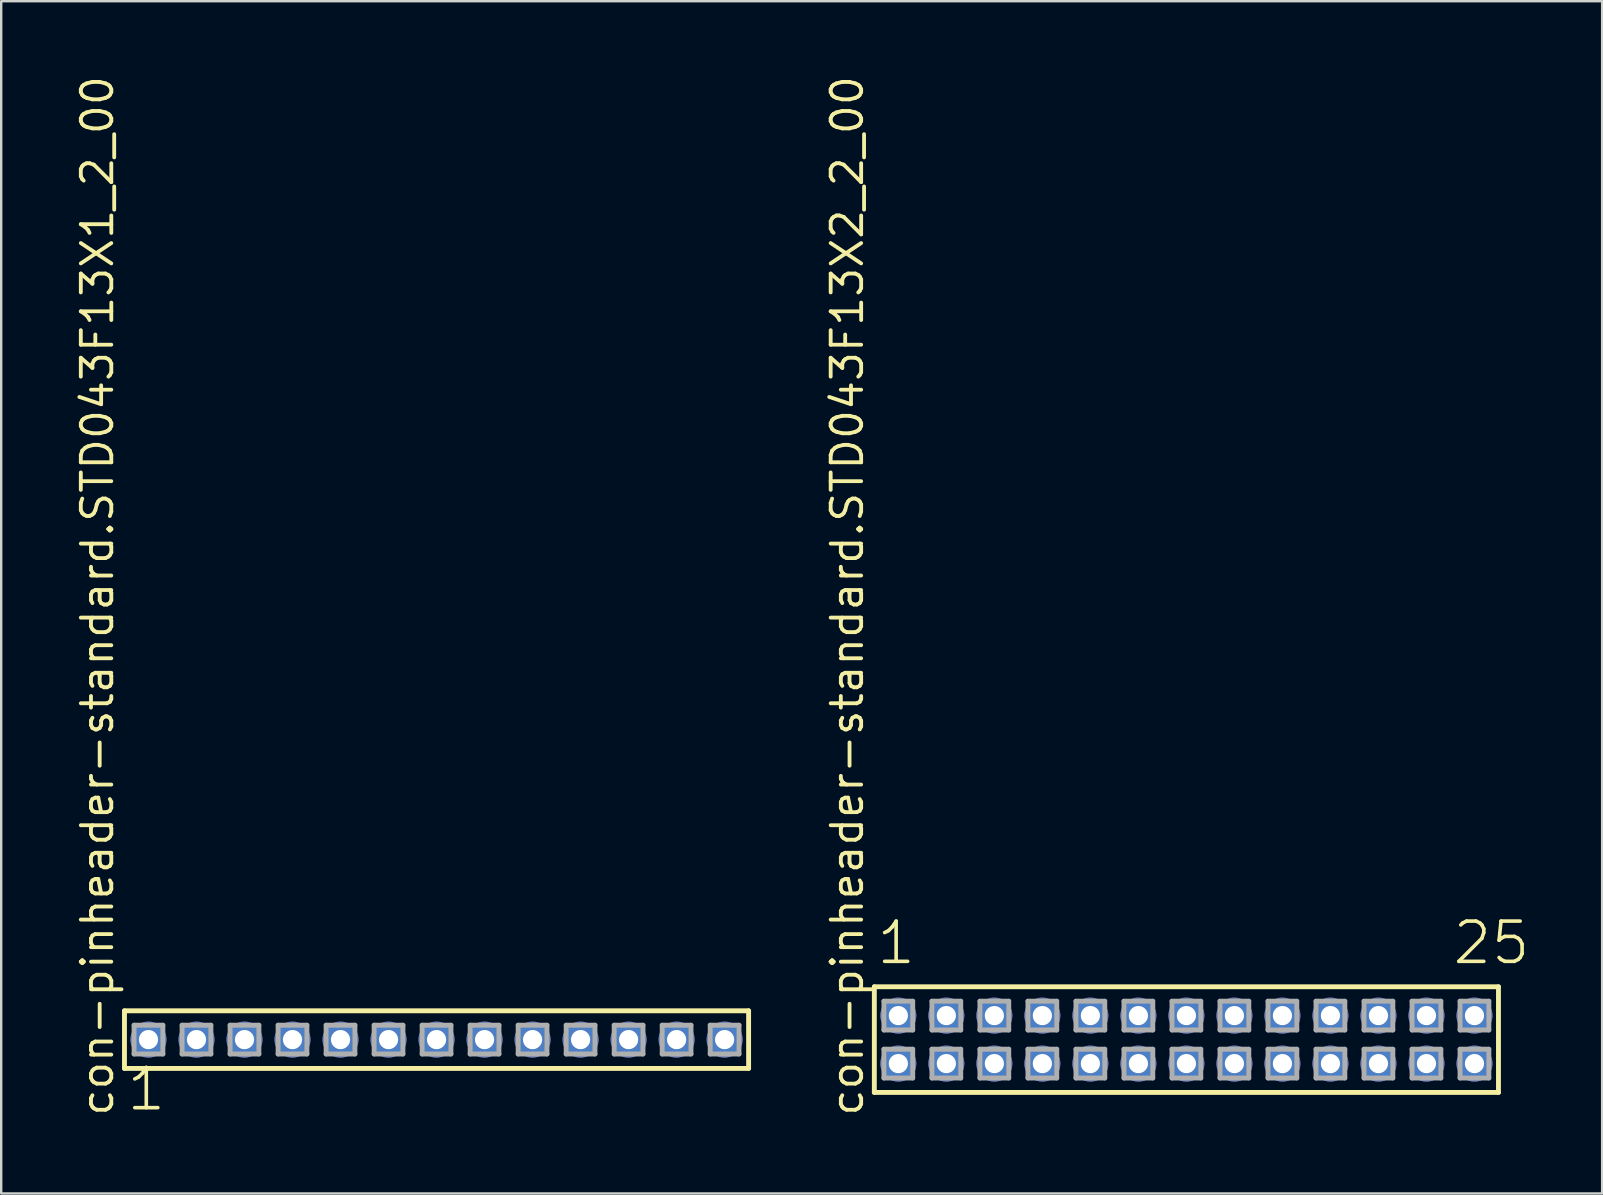
<source format=kicad_pcb>
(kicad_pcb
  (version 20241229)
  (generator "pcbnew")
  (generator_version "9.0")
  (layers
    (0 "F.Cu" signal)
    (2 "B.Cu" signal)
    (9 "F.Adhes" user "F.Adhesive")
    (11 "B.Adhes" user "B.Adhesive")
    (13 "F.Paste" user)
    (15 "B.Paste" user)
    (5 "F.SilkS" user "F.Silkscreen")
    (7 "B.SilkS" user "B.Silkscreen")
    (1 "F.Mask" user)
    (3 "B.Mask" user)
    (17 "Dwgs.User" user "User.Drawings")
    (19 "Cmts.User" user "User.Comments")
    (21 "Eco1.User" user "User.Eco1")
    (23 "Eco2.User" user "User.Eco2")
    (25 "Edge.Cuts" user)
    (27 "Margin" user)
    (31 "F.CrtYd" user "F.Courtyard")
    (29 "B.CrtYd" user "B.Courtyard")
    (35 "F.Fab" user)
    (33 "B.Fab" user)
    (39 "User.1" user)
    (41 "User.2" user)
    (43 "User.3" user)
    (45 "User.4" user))
  (footprint "con-pinheader-standard.STD043F13X1_2_00"
    (layer "F.Cu")
    (at 15.135 40.257)
    (property "Reference" "con-pinheader-standard.STD043F13X1_2_00" (at -13.385 3.27 90) (layer "F.SilkS") (effects (font (size 1.27 1.27) (thickness 0.16)) (justify left bottom)))
    (attr through_hole)
    (fp_line (start -13 -1.2) (end 13 -1.2) (stroke (width 0.203) (type default)) (layer "F.SilkS"))
    (fp_line (start -13 1.2) (end -13 -1.2) (stroke (width 0.203) (type default)) (layer "F.SilkS"))
    (fp_line (start 13 -1.2) (end 13 1.2) (stroke (width 0.203) (type default)) (layer "F.SilkS"))
    (fp_line (start 13 1.2) (end -13 1.2) (stroke (width 0.203) (type default)) (layer "F.SilkS"))
    (fp_line (start -12.6 -0.6) (end -11.4 -0.6) (stroke (width 0.203) (type default)) (layer "F.Fab"))
    (fp_line (start -12.6 0.6) (end -12.6 -0.6) (stroke (width 0.203) (type default)) (layer "F.Fab"))
    (fp_line (start -11.4 -0.6) (end -11.4 0.6) (stroke (width 0.203) (type default)) (layer "F.Fab"))
    (fp_line (start -11.4 0.6) (end -12.6 0.6) (stroke (width 0.203) (type default)) (layer "F.Fab"))
    (fp_line (start -10.6 -0.6) (end -9.4 -0.6) (stroke (width 0.203) (type default)) (layer "F.Fab"))
    (fp_line (start -10.6 0.6) (end -10.6 -0.6) (stroke (width 0.203) (type default)) (layer "F.Fab"))
    (fp_line (start -9.4 -0.6) (end -9.4 0.6) (stroke (width 0.203) (type default)) (layer "F.Fab"))
    (fp_line (start -9.4 0.6) (end -10.6 0.6) (stroke (width 0.203) (type default)) (layer "F.Fab"))
    (fp_line (start -8.6 -0.6) (end -7.4 -0.6) (stroke (width 0.203) (type default)) (layer "F.Fab"))
    (fp_line (start -8.6 0.6) (end -8.6 -0.6) (stroke (width 0.203) (type default)) (layer "F.Fab"))
    (fp_line (start -7.4 -0.6) (end -7.4 0.6) (stroke (width 0.203) (type default)) (layer "F.Fab"))
    (fp_line (start -7.4 0.6) (end -8.6 0.6) (stroke (width 0.203) (type default)) (layer "F.Fab"))
    (fp_line (start -6.6 -0.6) (end -5.4 -0.6) (stroke (width 0.203) (type default)) (layer "F.Fab"))
    (fp_line (start -6.6 0.6) (end -6.6 -0.6) (stroke (width 0.203) (type default)) (layer "F.Fab"))
    (fp_line (start -5.4 -0.6) (end -5.4 0.6) (stroke (width 0.203) (type default)) (layer "F.Fab"))
    (fp_line (start -5.4 0.6) (end -6.6 0.6) (stroke (width 0.203) (type default)) (layer "F.Fab"))
    (fp_line (start -4.6 -0.6) (end -3.4 -0.6) (stroke (width 0.203) (type default)) (layer "F.Fab"))
    (fp_line (start -4.6 0.6) (end -4.6 -0.6) (stroke (width 0.203) (type default)) (layer "F.Fab"))
    (fp_line (start -3.4 -0.6) (end -3.4 0.6) (stroke (width 0.203) (type default)) (layer "F.Fab"))
    (fp_line (start -3.4 0.6) (end -4.6 0.6) (stroke (width 0.203) (type default)) (layer "F.Fab"))
    (fp_line (start -2.6 -0.6) (end -1.4 -0.6) (stroke (width 0.203) (type default)) (layer "F.Fab"))
    (fp_line (start -2.6 0.6) (end -2.6 -0.6) (stroke (width 0.203) (type default)) (layer "F.Fab"))
    (fp_line (start -1.4 -0.6) (end -1.4 0.6) (stroke (width 0.203) (type default)) (layer "F.Fab"))
    (fp_line (start -1.4 0.6) (end -2.6 0.6) (stroke (width 0.203) (type default)) (layer "F.Fab"))
    (fp_line (start -0.6 -0.6) (end 0.6 -0.6) (stroke (width 0.203) (type default)) (layer "F.Fab"))
    (fp_line (start -0.6 0.6) (end -0.6 -0.6) (stroke (width 0.203) (type default)) (layer "F.Fab"))
    (fp_line (start 0.6 -0.6) (end 0.6 0.6) (stroke (width 0.203) (type default)) (layer "F.Fab"))
    (fp_line (start 0.6 0.6) (end -0.6 0.6) (stroke (width 0.203) (type default)) (layer "F.Fab"))
    (fp_line (start 1.4 -0.6) (end 2.6 -0.6) (stroke (width 0.203) (type default)) (layer "F.Fab"))
    (fp_line (start 1.4 0.6) (end 1.4 -0.6) (stroke (width 0.203) (type default)) (layer "F.Fab"))
    (fp_line (start 2.6 -0.6) (end 2.6 0.6) (stroke (width 0.203) (type default)) (layer "F.Fab"))
    (fp_line (start 2.6 0.6) (end 1.4 0.6) (stroke (width 0.203) (type default)) (layer "F.Fab"))
    (fp_line (start 3.4 -0.6) (end 4.6 -0.6) (stroke (width 0.203) (type default)) (layer "F.Fab"))
    (fp_line (start 3.4 0.6) (end 3.4 -0.6) (stroke (width 0.203) (type default)) (layer "F.Fab"))
    (fp_line (start 4.6 -0.6) (end 4.6 0.6) (stroke (width 0.203) (type default)) (layer "F.Fab"))
    (fp_line (start 4.6 0.6) (end 3.4 0.6) (stroke (width 0.203) (type default)) (layer "F.Fab"))
    (fp_line (start 5.4 -0.6) (end 6.6 -0.6) (stroke (width 0.203) (type default)) (layer "F.Fab"))
    (fp_line (start 5.4 0.6) (end 5.4 -0.6) (stroke (width 0.203) (type default)) (layer "F.Fab"))
    (fp_line (start 6.6 -0.6) (end 6.6 0.6) (stroke (width 0.203) (type default)) (layer "F.Fab"))
    (fp_line (start 6.6 0.6) (end 5.4 0.6) (stroke (width 0.203) (type default)) (layer "F.Fab"))
    (fp_line (start 7.4 -0.6) (end 8.6 -0.6) (stroke (width 0.203) (type default)) (layer "F.Fab"))
    (fp_line (start 7.4 0.6) (end 7.4 -0.6) (stroke (width 0.203) (type default)) (layer "F.Fab"))
    (fp_line (start 8.6 -0.6) (end 8.6 0.6) (stroke (width 0.203) (type default)) (layer "F.Fab"))
    (fp_line (start 8.6 0.6) (end 7.4 0.6) (stroke (width 0.203) (type default)) (layer "F.Fab"))
    (fp_line (start 9.4 -0.6) (end 10.6 -0.6) (stroke (width 0.203) (type default)) (layer "F.Fab"))
    (fp_line (start 9.4 0.6) (end 9.4 -0.6) (stroke (width 0.203) (type default)) (layer "F.Fab"))
    (fp_line (start 10.6 -0.6) (end 10.6 0.6) (stroke (width 0.203) (type default)) (layer "F.Fab"))
    (fp_line (start 10.6 0.6) (end 9.4 0.6) (stroke (width 0.203) (type default)) (layer "F.Fab"))
    (fp_line (start 11.4 -0.6) (end 12.6 -0.6) (stroke (width 0.203) (type default)) (layer "F.Fab"))
    (fp_line (start 11.4 0.6) (end 11.4 -0.6) (stroke (width 0.203) (type default)) (layer "F.Fab"))
    (fp_line (start 12.6 -0.6) (end 12.6 0.6) (stroke (width 0.203) (type default)) (layer "F.Fab"))
    (fp_line (start 12.6 0.6) (end 11.4 0.6) (stroke (width 0.203) (type default)) (layer "F.Fab"))
    (fp_text user "1" (at -12.988 3.048 0) (layer "F.SilkS") (effects (font (size 1.676 1.676) (thickness 0.15)) (justify left bottom)))
    (pad "1" thru_hole circle (at -12 0) (size 1.5 1.5) (drill 0.8) (layers "*.Cu" "*.Mask"))
    (pad "2" thru_hole circle (at -10 0) (size 1.5 1.5) (drill 0.8) (layers "*.Cu" "*.Mask"))
    (pad "3" thru_hole circle (at -8 0) (size 1.5 1.5) (drill 0.8) (layers "*.Cu" "*.Mask"))
    (pad "4" thru_hole circle (at -6 0) (size 1.5 1.5) (drill 0.8) (layers "*.Cu" "*.Mask"))
    (pad "5" thru_hole circle (at -4 0) (size 1.5 1.5) (drill 0.8) (layers "*.Cu" "*.Mask"))
    (pad "6" thru_hole circle (at -2 0) (size 1.5 1.5) (drill 0.8) (layers "*.Cu" "*.Mask"))
    (pad "7" thru_hole circle (at 0 0) (size 1.5 1.5) (drill 0.8) (layers "*.Cu" "*.Mask"))
    (pad "8" thru_hole circle (at 2 0) (size 1.5 1.5) (drill 0.8) (layers "*.Cu" "*.Mask"))
    (pad "9" thru_hole circle (at 4 0) (size 1.5 1.5) (drill 0.8) (layers "*.Cu" "*.Mask"))
    (pad "10" thru_hole circle (at 6 0) (size 1.5 1.5) (drill 0.8) (layers "*.Cu" "*.Mask"))
    (pad "11" thru_hole circle (at 8 0) (size 1.5 1.5) (drill 0.8) (layers "*.Cu" "*.Mask"))
    (pad "12" thru_hole circle (at 10 0) (size 1.5 1.5) (drill 0.8) (layers "*.Cu" "*.Mask"))
    (pad "13" thru_hole circle (at 12 0) (size 1.5 1.5) (drill 0.8) (layers "*.Cu" "*.Mask")))
  (footprint "con-pinheader-standard.STD043F13X2_2_00"
    (layer "F.Cu")
    (at 46.372 40.257)
    (property "Reference" "con-pinheader-standard.STD043F13X2_2_00" (at -13.385 3.27 90) (layer "F.SilkS") (effects (font (size 1.27 1.27) (thickness 0.16)) (justify left bottom)))
    (attr through_hole)
    (fp_line (start -13 -2.2) (end 13 -2.2) (stroke (width 0.203) (type default)) (layer "F.SilkS"))
    (fp_line (start -13 2.2) (end -13 -2.2) (stroke (width 0.203) (type default)) (layer "F.SilkS"))
    (fp_line (start 13 -2.2) (end 13 2.2) (stroke (width 0.203) (type default)) (layer "F.SilkS"))
    (fp_line (start 13 2.2) (end -13 2.2) (stroke (width 0.203) (type default)) (layer "F.SilkS"))
    (fp_line (start -12.6 -1.6) (end -11.4 -1.6) (stroke (width 0.203) (type default)) (layer "F.Fab"))
    (fp_line (start -12.6 -0.4) (end -12.6 -1.6) (stroke (width 0.203) (type default)) (layer "F.Fab"))
    (fp_line (start -12.6 0.4) (end -11.4 0.4) (stroke (width 0.203) (type default)) (layer "F.Fab"))
    (fp_line (start -12.6 1.6) (end -12.6 0.4) (stroke (width 0.203) (type default)) (layer "F.Fab"))
    (fp_line (start -11.4 -1.6) (end -11.4 -0.4) (stroke (width 0.203) (type default)) (layer "F.Fab"))
    (fp_line (start -11.4 -0.4) (end -12.6 -0.4) (stroke (width 0.203) (type default)) (layer "F.Fab"))
    (fp_line (start -11.4 0.4) (end -11.4 1.6) (stroke (width 0.203) (type default)) (layer "F.Fab"))
    (fp_line (start -11.4 1.6) (end -12.6 1.6) (stroke (width 0.203) (type default)) (layer "F.Fab"))
    (fp_line (start -10.6 -1.6) (end -9.4 -1.6) (stroke (width 0.203) (type default)) (layer "F.Fab"))
    (fp_line (start -10.6 -0.4) (end -10.6 -1.6) (stroke (width 0.203) (type default)) (layer "F.Fab"))
    (fp_line (start -10.6 0.4) (end -9.4 0.4) (stroke (width 0.203) (type default)) (layer "F.Fab"))
    (fp_line (start -10.6 1.6) (end -10.6 0.4) (stroke (width 0.203) (type default)) (layer "F.Fab"))
    (fp_line (start -9.4 -1.6) (end -9.4 -0.4) (stroke (width 0.203) (type default)) (layer "F.Fab"))
    (fp_line (start -9.4 -0.4) (end -10.6 -0.4) (stroke (width 0.203) (type default)) (layer "F.Fab"))
    (fp_line (start -9.4 0.4) (end -9.4 1.6) (stroke (width 0.203) (type default)) (layer "F.Fab"))
    (fp_line (start -9.4 1.6) (end -10.6 1.6) (stroke (width 0.203) (type default)) (layer "F.Fab"))
    (fp_line (start -8.6 -1.6) (end -7.4 -1.6) (stroke (width 0.203) (type default)) (layer "F.Fab"))
    (fp_line (start -8.6 -0.4) (end -8.6 -1.6) (stroke (width 0.203) (type default)) (layer "F.Fab"))
    (fp_line (start -8.6 0.4) (end -7.4 0.4) (stroke (width 0.203) (type default)) (layer "F.Fab"))
    (fp_line (start -8.6 1.6) (end -8.6 0.4) (stroke (width 0.203) (type default)) (layer "F.Fab"))
    (fp_line (start -7.4 -1.6) (end -7.4 -0.4) (stroke (width 0.203) (type default)) (layer "F.Fab"))
    (fp_line (start -7.4 -0.4) (end -8.6 -0.4) (stroke (width 0.203) (type default)) (layer "F.Fab"))
    (fp_line (start -7.4 0.4) (end -7.4 1.6) (stroke (width 0.203) (type default)) (layer "F.Fab"))
    (fp_line (start -7.4 1.6) (end -8.6 1.6) (stroke (width 0.203) (type default)) (layer "F.Fab"))
    (fp_line (start -6.6 -1.6) (end -5.4 -1.6) (stroke (width 0.203) (type default)) (layer "F.Fab"))
    (fp_line (start -6.6 -0.4) (end -6.6 -1.6) (stroke (width 0.203) (type default)) (layer "F.Fab"))
    (fp_line (start -6.6 0.4) (end -5.4 0.4) (stroke (width 0.203) (type default)) (layer "F.Fab"))
    (fp_line (start -6.6 1.6) (end -6.6 0.4) (stroke (width 0.203) (type default)) (layer "F.Fab"))
    (fp_line (start -5.4 -1.6) (end -5.4 -0.4) (stroke (width 0.203) (type default)) (layer "F.Fab"))
    (fp_line (start -5.4 -0.4) (end -6.6 -0.4) (stroke (width 0.203) (type default)) (layer "F.Fab"))
    (fp_line (start -5.4 0.4) (end -5.4 1.6) (stroke (width 0.203) (type default)) (layer "F.Fab"))
    (fp_line (start -5.4 1.6) (end -6.6 1.6) (stroke (width 0.203) (type default)) (layer "F.Fab"))
    (fp_line (start -4.6 -1.6) (end -3.4 -1.6) (stroke (width 0.203) (type default)) (layer "F.Fab"))
    (fp_line (start -4.6 -0.4) (end -4.6 -1.6) (stroke (width 0.203) (type default)) (layer "F.Fab"))
    (fp_line (start -4.6 0.4) (end -3.4 0.4) (stroke (width 0.203) (type default)) (layer "F.Fab"))
    (fp_line (start -4.6 1.6) (end -4.6 0.4) (stroke (width 0.203) (type default)) (layer "F.Fab"))
    (fp_line (start -3.4 -1.6) (end -3.4 -0.4) (stroke (width 0.203) (type default)) (layer "F.Fab"))
    (fp_line (start -3.4 -0.4) (end -4.6 -0.4) (stroke (width 0.203) (type default)) (layer "F.Fab"))
    (fp_line (start -3.4 0.4) (end -3.4 1.6) (stroke (width 0.203) (type default)) (layer "F.Fab"))
    (fp_line (start -3.4 1.6) (end -4.6 1.6) (stroke (width 0.203) (type default)) (layer "F.Fab"))
    (fp_line (start -2.6 -1.6) (end -1.4 -1.6) (stroke (width 0.203) (type default)) (layer "F.Fab"))
    (fp_line (start -2.6 -0.4) (end -2.6 -1.6) (stroke (width 0.203) (type default)) (layer "F.Fab"))
    (fp_line (start -2.6 0.4) (end -1.4 0.4) (stroke (width 0.203) (type default)) (layer "F.Fab"))
    (fp_line (start -2.6 1.6) (end -2.6 0.4) (stroke (width 0.203) (type default)) (layer "F.Fab"))
    (fp_line (start -1.4 -1.6) (end -1.4 -0.4) (stroke (width 0.203) (type default)) (layer "F.Fab"))
    (fp_line (start -1.4 -0.4) (end -2.6 -0.4) (stroke (width 0.203) (type default)) (layer "F.Fab"))
    (fp_line (start -1.4 0.4) (end -1.4 1.6) (stroke (width 0.203) (type default)) (layer "F.Fab"))
    (fp_line (start -1.4 1.6) (end -2.6 1.6) (stroke (width 0.203) (type default)) (layer "F.Fab"))
    (fp_line (start -0.6 -1.6) (end 0.6 -1.6) (stroke (width 0.203) (type default)) (layer "F.Fab"))
    (fp_line (start -0.6 -0.4) (end -0.6 -1.6) (stroke (width 0.203) (type default)) (layer "F.Fab"))
    (fp_line (start -0.6 0.4) (end 0.6 0.4) (stroke (width 0.203) (type default)) (layer "F.Fab"))
    (fp_line (start -0.6 1.6) (end -0.6 0.4) (stroke (width 0.203) (type default)) (layer "F.Fab"))
    (fp_line (start 0.6 -1.6) (end 0.6 -0.4) (stroke (width 0.203) (type default)) (layer "F.Fab"))
    (fp_line (start 0.6 -0.4) (end -0.6 -0.4) (stroke (width 0.203) (type default)) (layer "F.Fab"))
    (fp_line (start 0.6 0.4) (end 0.6 1.6) (stroke (width 0.203) (type default)) (layer "F.Fab"))
    (fp_line (start 0.6 1.6) (end -0.6 1.6) (stroke (width 0.203) (type default)) (layer "F.Fab"))
    (fp_line (start 1.4 -1.6) (end 2.6 -1.6) (stroke (width 0.203) (type default)) (layer "F.Fab"))
    (fp_line (start 1.4 -0.4) (end 1.4 -1.6) (stroke (width 0.203) (type default)) (layer "F.Fab"))
    (fp_line (start 1.4 0.4) (end 2.6 0.4) (stroke (width 0.203) (type default)) (layer "F.Fab"))
    (fp_line (start 1.4 1.6) (end 1.4 0.4) (stroke (width 0.203) (type default)) (layer "F.Fab"))
    (fp_line (start 2.6 -1.6) (end 2.6 -0.4) (stroke (width 0.203) (type default)) (layer "F.Fab"))
    (fp_line (start 2.6 -0.4) (end 1.4 -0.4) (stroke (width 0.203) (type default)) (layer "F.Fab"))
    (fp_line (start 2.6 0.4) (end 2.6 1.6) (stroke (width 0.203) (type default)) (layer "F.Fab"))
    (fp_line (start 2.6 1.6) (end 1.4 1.6) (stroke (width 0.203) (type default)) (layer "F.Fab"))
    (fp_line (start 3.4 -1.6) (end 4.6 -1.6) (stroke (width 0.203) (type default)) (layer "F.Fab"))
    (fp_line (start 3.4 -0.4) (end 3.4 -1.6) (stroke (width 0.203) (type default)) (layer "F.Fab"))
    (fp_line (start 3.4 0.4) (end 4.6 0.4) (stroke (width 0.203) (type default)) (layer "F.Fab"))
    (fp_line (start 3.4 1.6) (end 3.4 0.4) (stroke (width 0.203) (type default)) (layer "F.Fab"))
    (fp_line (start 4.6 -1.6) (end 4.6 -0.4) (stroke (width 0.203) (type default)) (layer "F.Fab"))
    (fp_line (start 4.6 -0.4) (end 3.4 -0.4) (stroke (width 0.203) (type default)) (layer "F.Fab"))
    (fp_line (start 4.6 0.4) (end 4.6 1.6) (stroke (width 0.203) (type default)) (layer "F.Fab"))
    (fp_line (start 4.6 1.6) (end 3.4 1.6) (stroke (width 0.203) (type default)) (layer "F.Fab"))
    (fp_line (start 5.4 -1.6) (end 6.6 -1.6) (stroke (width 0.203) (type default)) (layer "F.Fab"))
    (fp_line (start 5.4 -0.4) (end 5.4 -1.6) (stroke (width 0.203) (type default)) (layer "F.Fab"))
    (fp_line (start 5.4 0.4) (end 6.6 0.4) (stroke (width 0.203) (type default)) (layer "F.Fab"))
    (fp_line (start 5.4 1.6) (end 5.4 0.4) (stroke (width 0.203) (type default)) (layer "F.Fab"))
    (fp_line (start 6.6 -1.6) (end 6.6 -0.4) (stroke (width 0.203) (type default)) (layer "F.Fab"))
    (fp_line (start 6.6 -0.4) (end 5.4 -0.4) (stroke (width 0.203) (type default)) (layer "F.Fab"))
    (fp_line (start 6.6 0.4) (end 6.6 1.6) (stroke (width 0.203) (type default)) (layer "F.Fab"))
    (fp_line (start 6.6 1.6) (end 5.4 1.6) (stroke (width 0.203) (type default)) (layer "F.Fab"))
    (fp_line (start 7.4 -1.6) (end 8.6 -1.6) (stroke (width 0.203) (type default)) (layer "F.Fab"))
    (fp_line (start 7.4 -0.4) (end 7.4 -1.6) (stroke (width 0.203) (type default)) (layer "F.Fab"))
    (fp_line (start 7.4 0.4) (end 8.6 0.4) (stroke (width 0.203) (type default)) (layer "F.Fab"))
    (fp_line (start 7.4 1.6) (end 7.4 0.4) (stroke (width 0.203) (type default)) (layer "F.Fab"))
    (fp_line (start 8.6 -1.6) (end 8.6 -0.4) (stroke (width 0.203) (type default)) (layer "F.Fab"))
    (fp_line (start 8.6 -0.4) (end 7.4 -0.4) (stroke (width 0.203) (type default)) (layer "F.Fab"))
    (fp_line (start 8.6 0.4) (end 8.6 1.6) (stroke (width 0.203) (type default)) (layer "F.Fab"))
    (fp_line (start 8.6 1.6) (end 7.4 1.6) (stroke (width 0.203) (type default)) (layer "F.Fab"))
    (fp_line (start 9.4 -1.6) (end 10.6 -1.6) (stroke (width 0.203) (type default)) (layer "F.Fab"))
    (fp_line (start 9.4 -0.4) (end 9.4 -1.6) (stroke (width 0.203) (type default)) (layer "F.Fab"))
    (fp_line (start 9.4 0.4) (end 10.6 0.4) (stroke (width 0.203) (type default)) (layer "F.Fab"))
    (fp_line (start 9.4 1.6) (end 9.4 0.4) (stroke (width 0.203) (type default)) (layer "F.Fab"))
    (fp_line (start 10.6 -1.6) (end 10.6 -0.4) (stroke (width 0.203) (type default)) (layer "F.Fab"))
    (fp_line (start 10.6 -0.4) (end 9.4 -0.4) (stroke (width 0.203) (type default)) (layer "F.Fab"))
    (fp_line (start 10.6 0.4) (end 10.6 1.6) (stroke (width 0.203) (type default)) (layer "F.Fab"))
    (fp_line (start 10.6 1.6) (end 9.4 1.6) (stroke (width 0.203) (type default)) (layer "F.Fab"))
    (fp_line (start 11.4 -1.6) (end 12.6 -1.6) (stroke (width 0.203) (type default)) (layer "F.Fab"))
    (fp_line (start 11.4 -0.4) (end 11.4 -1.6) (stroke (width 0.203) (type default)) (layer "F.Fab"))
    (fp_line (start 11.4 0.4) (end 12.6 0.4) (stroke (width 0.203) (type default)) (layer "F.Fab"))
    (fp_line (start 11.4 1.6) (end 11.4 0.4) (stroke (width 0.203) (type default)) (layer "F.Fab"))
    (fp_line (start 12.6 -1.6) (end 12.6 -0.4) (stroke (width 0.203) (type default)) (layer "F.Fab"))
    (fp_line (start 12.6 -0.4) (end 11.4 -0.4) (stroke (width 0.203) (type default)) (layer "F.Fab"))
    (fp_line (start 12.6 0.4) (end 12.6 1.6) (stroke (width 0.203) (type default)) (layer "F.Fab"))
    (fp_line (start 12.6 1.6) (end 11.4 1.6) (stroke (width 0.203) (type default)) (layer "F.Fab"))
    (fp_text user "25" (at 11.012 -3.048 0) (layer "F.SilkS") (effects (font (size 1.676 1.676) (thickness 0.15)) (justify left bottom)))
    (fp_text user "1" (at -12.988 -3.048 0) (layer "F.SilkS") (effects (font (size 1.676 1.676) (thickness 0.15)) (justify left bottom)))
    (pad "1" thru_hole circle (at -12 -1) (size 1.5 1.5) (drill 0.8) (layers "*.Cu" "*.Mask"))
    (pad "2" thru_hole circle (at -12 1) (size 1.5 1.5) (drill 0.8) (layers "*.Cu" "*.Mask"))
    (pad "3" thru_hole circle (at -10 -1) (size 1.5 1.5) (drill 0.8) (layers "*.Cu" "*.Mask"))
    (pad "4" thru_hole circle (at -10 1) (size 1.5 1.5) (drill 0.8) (layers "*.Cu" "*.Mask"))
    (pad "5" thru_hole circle (at -8 -1) (size 1.5 1.5) (drill 0.8) (layers "*.Cu" "*.Mask"))
    (pad "6" thru_hole circle (at -8 1) (size 1.5 1.5) (drill 0.8) (layers "*.Cu" "*.Mask"))
    (pad "7" thru_hole circle (at -6 -1) (size 1.5 1.5) (drill 0.8) (layers "*.Cu" "*.Mask"))
    (pad "8" thru_hole circle (at -6 1) (size 1.5 1.5) (drill 0.8) (layers "*.Cu" "*.Mask"))
    (pad "9" thru_hole circle (at -4 -1) (size 1.5 1.5) (drill 0.8) (layers "*.Cu" "*.Mask"))
    (pad "10" thru_hole circle (at -4 1) (size 1.5 1.5) (drill 0.8) (layers "*.Cu" "*.Mask"))
    (pad "11" thru_hole circle (at -2 -1) (size 1.5 1.5) (drill 0.8) (layers "*.Cu" "*.Mask"))
    (pad "12" thru_hole circle (at -2 1) (size 1.5 1.5) (drill 0.8) (layers "*.Cu" "*.Mask"))
    (pad "13" thru_hole circle (at 0 -1) (size 1.5 1.5) (drill 0.8) (layers "*.Cu" "*.Mask"))
    (pad "14" thru_hole circle (at 0 1) (size 1.5 1.5) (drill 0.8) (layers "*.Cu" "*.Mask"))
    (pad "15" thru_hole circle (at 2 -1) (size 1.5 1.5) (drill 0.8) (layers "*.Cu" "*.Mask"))
    (pad "16" thru_hole circle (at 2 1) (size 1.5 1.5) (drill 0.8) (layers "*.Cu" "*.Mask"))
    (pad "17" thru_hole circle (at 4 -1) (size 1.5 1.5) (drill 0.8) (layers "*.Cu" "*.Mask"))
    (pad "18" thru_hole circle (at 4 1) (size 1.5 1.5) (drill 0.8) (layers "*.Cu" "*.Mask"))
    (pad "19" thru_hole circle (at 6 -1) (size 1.5 1.5) (drill 0.8) (layers "*.Cu" "*.Mask"))
    (pad "20" thru_hole circle (at 6 1) (size 1.5 1.5) (drill 0.8) (layers "*.Cu" "*.Mask"))
    (pad "21" thru_hole circle (at 8 -1) (size 1.5 1.5) (drill 0.8) (layers "*.Cu" "*.Mask"))
    (pad "22" thru_hole circle (at 8 1) (size 1.5 1.5) (drill 0.8) (layers "*.Cu" "*.Mask"))
    (pad "23" thru_hole circle (at 10 -1) (size 1.5 1.5) (drill 0.8) (layers "*.Cu" "*.Mask"))
    (pad "24" thru_hole circle (at 10 1) (size 1.5 1.5) (drill 0.8) (layers "*.Cu" "*.Mask"))
    (pad "25" thru_hole circle (at 12 -1) (size 1.5 1.5) (drill 0.8) (layers "*.Cu" "*.Mask"))
    (pad "26" thru_hole circle (at 12 1) (size 1.5 1.5) (drill 0.8) (layers "*.Cu" "*.Mask")))
  (gr_rect
    (start -3 -3)
    (end 63.691 46.666)
    (stroke (width 0.1) (type default))
    (fill no)
    (layer "Edge.Cuts")))
</source>
